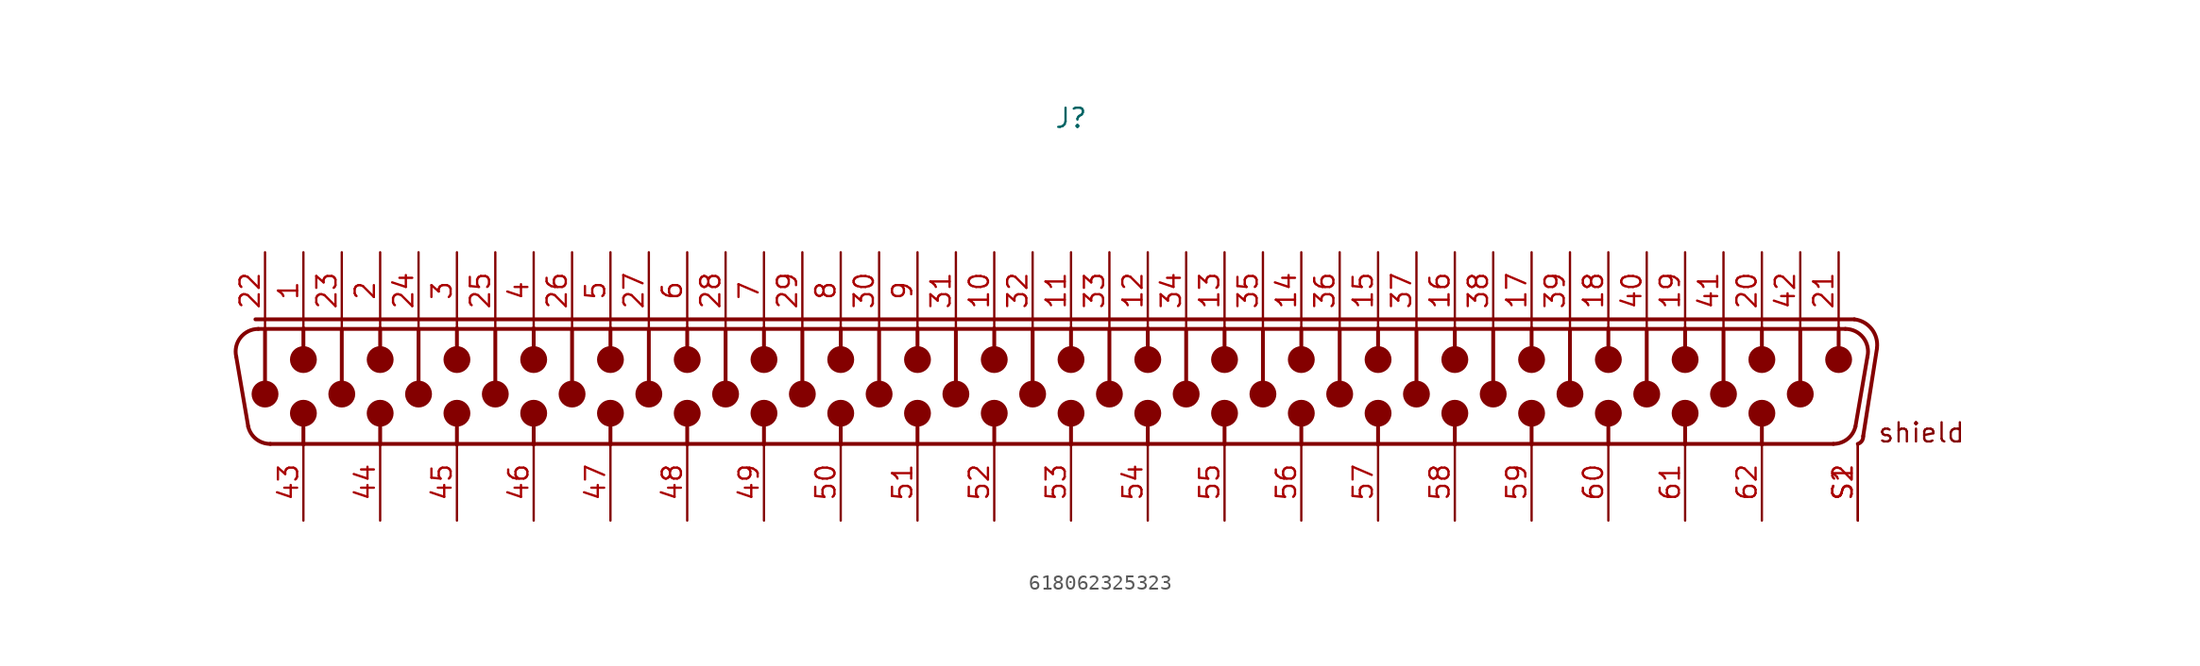
<source format=kicad_sym>
(kicad_symbol_lib
  (version 20241209)
  (generator "kicad_symbol_editor")
  (generator_version "9.0")
  (symbol "618062325323"
    (pin_names
      (hide yes))
    (property "Reference" "J"
      (at 0 17.78 0)
      (effects (font (size 1.27 1.27))))
    (symbol "618062325323_1_0"
      (polyline (pts (xy -54.453 -2.655) (xy -55.244 1.965)) (stroke (width 0.254) (type solid)) (fill (type outline)))
      (polyline (pts (xy -53.975 4.445) (xy 51.84 4.445)) (stroke (width 0.254) (type solid)) (fill (type none)))
      (polyline (pts (xy -53.784 3.81) (xy 51.244 3.81)) (stroke (width 0.254) (type solid)) (fill (type none)))
      (arc (start -55.2442 1.965) (mid -54.9607 3.2407) (end -53.7843 3.81) (stroke (width 0.254) (type solid)) (fill (type none)))
      (polyline (pts (xy -53.34 3.81) (xy -53.34 -0.87)) (stroke (width 0.254) (type solid)) (fill (type none)))
      (circle (center -53.34 -0.508) (radius 0.762) (stroke (width 0.254) (type solid)) (fill (type outline)))
      (arc (start -52.993 -3.81) (mid -53.9238 -3.4862) (end -54.4528 -2.6547) (stroke (width 0.254) (type solid)) (fill (type none)))
      (polyline (pts (xy -50.8 3.85) (xy -50.8 1.67)) (stroke (width 0.254) (type solid)) (fill (type none)))
      (circle (center -50.8 1.778) (radius 0.762) (stroke (width 0.254) (type solid)) (fill (type outline)))
      (circle (center -50.8 -1.778) (radius 0.762) (stroke (width 0.254) (type solid)) (fill (type outline)))
      (polyline (pts (xy -50.8 -3.85) (xy -50.8 -1.67)) (stroke (width 0.254) (type solid)) (fill (type none)))
      (polyline (pts (xy -48.26 3.81) (xy -48.26 -0.87)) (stroke (width 0.254) (type solid)) (fill (type none)))
      (circle (center -48.26 -0.508) (radius 0.762) (stroke (width 0.254) (type solid)) (fill (type outline)))
      (polyline (pts (xy -45.72 3.85) (xy -45.72 1.67)) (stroke (width 0.254) (type solid)) (fill (type none)))
      (circle (center -45.72 1.778) (radius 0.762) (stroke (width 0.254) (type solid)) (fill (type outline)))
      (circle (center -45.72 -1.778) (radius 0.762) (stroke (width 0.254) (type solid)) (fill (type outline)))
      (polyline (pts (xy -45.72 -3.85) (xy -45.72 -1.67)) (stroke (width 0.254) (type solid)) (fill (type none)))
      (polyline (pts (xy -43.18 3.81) (xy -43.18 -0.87)) (stroke (width 0.254) (type solid)) (fill (type none)))
      (circle (center -43.18 -0.508) (radius 0.762) (stroke (width 0.254) (type solid)) (fill (type outline)))
      (polyline (pts (xy -40.64 3.85) (xy -40.64 1.67)) (stroke (width 0.254) (type solid)) (fill (type none)))
      (circle (center -40.64 1.778) (radius 0.762) (stroke (width 0.254) (type solid)) (fill (type outline)))
      (circle (center -40.64 -1.778) (radius 0.762) (stroke (width 0.254) (type solid)) (fill (type outline)))
      (polyline (pts (xy -40.64 -3.85) (xy -40.64 -1.67)) (stroke (width 0.254) (type solid)) (fill (type none)))
      (polyline (pts (xy -38.1 3.81) (xy -38.1 -0.87)) (stroke (width 0.254) (type solid)) (fill (type none)))
      (circle (center -38.1 -0.508) (radius 0.762) (stroke (width 0.254) (type solid)) (fill (type outline)))
      (polyline (pts (xy -35.56 3.85) (xy -35.56 1.67)) (stroke (width 0.254) (type solid)) (fill (type none)))
      (circle (center -35.56 1.778) (radius 0.762) (stroke (width 0.254) (type solid)) (fill (type outline)))
      (circle (center -35.56 -1.778) (radius 0.762) (stroke (width 0.254) (type solid)) (fill (type outline)))
      (polyline (pts (xy -35.56 -3.85) (xy -35.56 -1.67)) (stroke (width 0.254) (type solid)) (fill (type none)))
      (polyline (pts (xy -33.02 3.81) (xy -33.02 -0.87)) (stroke (width 0.254) (type solid)) (fill (type none)))
      (circle (center -33.02 -0.508) (radius 0.762) (stroke (width 0.254) (type solid)) (fill (type outline)))
      (polyline (pts (xy -30.48 3.85) (xy -30.48 1.67)) (stroke (width 0.254) (type solid)) (fill (type none)))
      (circle (center -30.48 1.778) (radius 0.762) (stroke (width 0.254) (type solid)) (fill (type outline)))
      (circle (center -30.48 -1.778) (radius 0.762) (stroke (width 0.254) (type solid)) (fill (type outline)))
      (polyline (pts (xy -30.48 -3.85) (xy -30.48 -1.67)) (stroke (width 0.254) (type solid)) (fill (type none)))
      (polyline (pts (xy -27.94 3.81) (xy -27.94 -0.87)) (stroke (width 0.254) (type solid)) (fill (type none)))
      (circle (center -27.94 -0.508) (radius 0.762) (stroke (width 0.254) (type solid)) (fill (type outline)))
      (polyline (pts (xy -25.4 3.85) (xy -25.4 1.67)) (stroke (width 0.254) (type solid)) (fill (type none)))
      (circle (center -25.4 1.778) (radius 0.762) (stroke (width 0.254) (type solid)) (fill (type outline)))
      (circle (center -25.4 -1.778) (radius 0.762) (stroke (width 0.254) (type solid)) (fill (type outline)))
      (polyline (pts (xy -25.4 -3.85) (xy -25.4 -1.67)) (stroke (width 0.254) (type solid)) (fill (type none)))
      (polyline (pts (xy -22.86 3.81) (xy -22.86 -0.87)) (stroke (width 0.254) (type solid)) (fill (type none)))
      (circle (center -22.86 -0.508) (radius 0.762) (stroke (width 0.254) (type solid)) (fill (type outline)))
      (polyline (pts (xy -20.32 3.85) (xy -20.32 1.67)) (stroke (width 0.254) (type solid)) (fill (type none)))
      (circle (center -20.32 1.778) (radius 0.762) (stroke (width 0.254) (type solid)) (fill (type outline)))
      (circle (center -20.32 -1.778) (radius 0.762) (stroke (width 0.254) (type solid)) (fill (type outline)))
      (polyline (pts (xy -20.32 -3.85) (xy -20.32 -1.67)) (stroke (width 0.254) (type solid)) (fill (type none)))
      (polyline (pts (xy -17.78 3.81) (xy -17.78 -0.87)) (stroke (width 0.254) (type solid)) (fill (type none)))
      (circle (center -17.78 -0.508) (radius 0.762) (stroke (width 0.254) (type solid)) (fill (type outline)))
      (polyline (pts (xy -15.24 3.85) (xy -15.24 1.67)) (stroke (width 0.254) (type solid)) (fill (type none)))
      (circle (center -15.24 1.778) (radius 0.762) (stroke (width 0.254) (type solid)) (fill (type outline)))
      (circle (center -15.24 -1.778) (radius 0.762) (stroke (width 0.254) (type solid)) (fill (type outline)))
      (polyline (pts (xy -15.24 -3.85) (xy -15.24 -1.67)) (stroke (width 0.254) (type solid)) (fill (type none)))
      (polyline (pts (xy -12.7 3.81) (xy -12.7 -0.87)) (stroke (width 0.254) (type solid)) (fill (type none)))
      (circle (center -12.7 -0.508) (radius 0.762) (stroke (width 0.254) (type solid)) (fill (type outline)))
      (polyline (pts (xy -10.16 3.85) (xy -10.16 1.67)) (stroke (width 0.254) (type solid)) (fill (type none)))
      (circle (center -10.16 1.778) (radius 0.762) (stroke (width 0.254) (type solid)) (fill (type outline)))
      (circle (center -10.16 -1.778) (radius 0.762) (stroke (width 0.254) (type solid)) (fill (type outline)))
      (polyline (pts (xy -10.16 -3.85) (xy -10.16 -1.67)) (stroke (width 0.254) (type solid)) (fill (type none)))
      (polyline (pts (xy -7.62 3.81) (xy -7.62 -0.87)) (stroke (width 0.254) (type solid)) (fill (type none)))
      (circle (center -7.62 -0.508) (radius 0.762) (stroke (width 0.254) (type solid)) (fill (type outline)))
      (polyline (pts (xy -5.08 3.85) (xy -5.08 1.67)) (stroke (width 0.254) (type solid)) (fill (type none)))
      (circle (center -5.08 1.778) (radius 0.762) (stroke (width 0.254) (type solid)) (fill (type outline)))
      (circle (center -5.08 -1.778) (radius 0.762) (stroke (width 0.254) (type solid)) (fill (type outline)))
      (polyline (pts (xy -5.08 -3.85) (xy -5.08 -1.67)) (stroke (width 0.254) (type solid)) (fill (type none)))
      (polyline (pts (xy -2.54 3.81) (xy -2.54 -0.87)) (stroke (width 0.254) (type solid)) (fill (type none)))
      (circle (center -2.54 -0.508) (radius 0.762) (stroke (width 0.254) (type solid)) (fill (type outline)))
      (polyline (pts (xy 0 3.85) (xy 0 1.67)) (stroke (width 0.254) (type solid)) (fill (type none)))
      (circle (center 0 1.778) (radius 0.762) (stroke (width 0.254) (type solid)) (fill (type outline)))
      (circle (center 0 -1.778) (radius 0.762) (stroke (width 0.254) (type solid)) (fill (type outline)))
      (polyline (pts (xy 0 -3.85) (xy 0 -1.67)) (stroke (width 0.254) (type solid)) (fill (type none)))
      (polyline (pts (xy 2.54 3.81) (xy 2.54 -0.87)) (stroke (width 0.254) (type solid)) (fill (type none)))
      (circle (center 2.54 -0.508) (radius 0.762) (stroke (width 0.254) (type solid)) (fill (type outline)))
      (polyline (pts (xy 5.08 3.85) (xy 5.08 1.67)) (stroke (width 0.254) (type solid)) (fill (type none)))
      (circle (center 5.08 1.778) (radius 0.762) (stroke (width 0.254) (type solid)) (fill (type outline)))
      (circle (center 5.08 -1.778) (radius 0.762) (stroke (width 0.254) (type solid)) (fill (type outline)))
      (polyline (pts (xy 5.08 -3.85) (xy 5.08 -1.67)) (stroke (width 0.254) (type solid)) (fill (type none)))
      (polyline (pts (xy 7.62 3.81) (xy 7.62 -0.87)) (stroke (width 0.254) (type solid)) (fill (type none)))
      (circle (center 7.62 -0.508) (radius 0.762) (stroke (width 0.254) (type solid)) (fill (type outline)))
      (polyline (pts (xy 10.16 3.85) (xy 10.16 1.67)) (stroke (width 0.254) (type solid)) (fill (type none)))
      (circle (center 10.16 1.778) (radius 0.762) (stroke (width 0.254) (type solid)) (fill (type outline)))
      (circle (center 10.16 -1.778) (radius 0.762) (stroke (width 0.254) (type solid)) (fill (type outline)))
      (polyline (pts (xy 10.16 -3.85) (xy 10.16 -1.67)) (stroke (width 0.254) (type solid)) (fill (type none)))
      (polyline (pts (xy 12.7 3.81) (xy 12.7 -0.87)) (stroke (width 0.254) (type solid)) (fill (type none)))
      (circle (center 12.7 -0.508) (radius 0.762) (stroke (width 0.254) (type solid)) (fill (type outline)))
      (polyline (pts (xy 15.24 3.85) (xy 15.24 1.67)) (stroke (width 0.254) (type solid)) (fill (type none)))
      (circle (center 15.24 1.778) (radius 0.762) (stroke (width 0.254) (type solid)) (fill (type outline)))
      (circle (center 15.24 -1.778) (radius 0.762) (stroke (width 0.254) (type solid)) (fill (type outline)))
      (polyline (pts (xy 15.24 -3.85) (xy 15.24 -1.67)) (stroke (width 0.254) (type solid)) (fill (type none)))
      (polyline (pts (xy 17.78 3.81) (xy 17.78 -0.87)) (stroke (width 0.254) (type solid)) (fill (type none)))
      (circle (center 17.78 -0.508) (radius 0.762) (stroke (width 0.254) (type solid)) (fill (type outline)))
      (polyline (pts (xy 20.32 3.85) (xy 20.32 1.67)) (stroke (width 0.254) (type solid)) (fill (type none)))
      (circle (center 20.32 1.778) (radius 0.762) (stroke (width 0.254) (type solid)) (fill (type outline)))
      (circle (center 20.32 -1.778) (radius 0.762) (stroke (width 0.254) (type solid)) (fill (type outline)))
      (polyline (pts (xy 20.32 -3.85) (xy 20.32 -1.67)) (stroke (width 0.254) (type solid)) (fill (type none)))
      (polyline (pts (xy 22.86 3.81) (xy 22.86 -0.87)) (stroke (width 0.254) (type solid)) (fill (type none)))
      (circle (center 22.86 -0.508) (radius 0.762) (stroke (width 0.254) (type solid)) (fill (type outline)))
      (polyline (pts (xy 25.4 3.85) (xy 25.4 1.67)) (stroke (width 0.254) (type solid)) (fill (type none)))
      (circle (center 25.4 1.778) (radius 0.762) (stroke (width 0.254) (type solid)) (fill (type outline)))
      (circle (center 25.4 -1.778) (radius 0.762) (stroke (width 0.254) (type solid)) (fill (type outline)))
      (polyline (pts (xy 25.4 -3.85) (xy 25.4 -1.67)) (stroke (width 0.254) (type solid)) (fill (type none)))
      (polyline (pts (xy 27.94 3.81) (xy 27.94 -0.87)) (stroke (width 0.254) (type solid)) (fill (type none)))
      (circle (center 27.94 -0.508) (radius 0.762) (stroke (width 0.254) (type solid)) (fill (type outline)))
      (polyline (pts (xy 30.48 3.85) (xy 30.48 1.67)) (stroke (width 0.254) (type solid)) (fill (type none)))
      (circle (center 30.48 1.778) (radius 0.762) (stroke (width 0.254) (type solid)) (fill (type outline)))
      (circle (center 30.48 -1.778) (radius 0.762) (stroke (width 0.254) (type solid)) (fill (type outline)))
      (polyline (pts (xy 30.48 -3.85) (xy 30.48 -1.67)) (stroke (width 0.254) (type solid)) (fill (type none)))
      (polyline (pts (xy 33.02 3.81) (xy 33.02 -0.87)) (stroke (width 0.254) (type solid)) (fill (type none)))
      (circle (center 33.02 -0.508) (radius 0.762) (stroke (width 0.254) (type solid)) (fill (type outline)))
      (polyline (pts (xy 35.56 3.85) (xy 35.56 1.67)) (stroke (width 0.254) (type solid)) (fill (type none)))
      (circle (center 35.56 1.778) (radius 0.762) (stroke (width 0.254) (type solid)) (fill (type outline)))
      (circle (center 35.56 -1.778) (radius 0.762) (stroke (width 0.254) (type solid)) (fill (type outline)))
      (polyline (pts (xy 35.56 -3.85) (xy 35.56 -1.67)) (stroke (width 0.254) (type solid)) (fill (type none)))
      (polyline (pts (xy 38.1 3.81) (xy 38.1 -0.87)) (stroke (width 0.254) (type solid)) (fill (type none)))
      (circle (center 38.1 -0.508) (radius 0.762) (stroke (width 0.254) (type solid)) (fill (type outline)))
      (polyline (pts (xy 40.64 3.85) (xy 40.64 1.67)) (stroke (width 0.254) (type solid)) (fill (type none)))
      (circle (center 40.64 1.778) (radius 0.762) (stroke (width 0.254) (type solid)) (fill (type outline)))
      (circle (center 40.64 -1.778) (radius 0.762) (stroke (width 0.254) (type solid)) (fill (type outline)))
      (polyline (pts (xy 40.64 -3.85) (xy 40.64 -1.67)) (stroke (width 0.254) (type solid)) (fill (type none)))
      (polyline (pts (xy 43.18 3.81) (xy 43.18 -0.87)) (stroke (width 0.254) (type solid)) (fill (type none)))
      (circle (center 43.18 -0.508) (radius 0.762) (stroke (width 0.254) (type solid)) (fill (type outline)))
      (polyline (pts (xy 45.72 3.85) (xy 45.72 1.67)) (stroke (width 0.254) (type solid)) (fill (type none)))
      (circle (center 45.72 1.778) (radius 0.762) (stroke (width 0.254) (type solid)) (fill (type outline)))
      (circle (center 45.72 -1.778) (radius 0.762) (stroke (width 0.254) (type solid)) (fill (type outline)))
      (polyline (pts (xy 45.72 -3.85) (xy 45.72 -1.67)) (stroke (width 0.254) (type solid)) (fill (type none)))
      (polyline (pts (xy 48.26 3.81) (xy 48.26 -0.87)) (stroke (width 0.254) (type solid)) (fill (type none)))
      (circle (center 48.26 -0.508) (radius 0.762) (stroke (width 0.254) (type solid)) (fill (type outline)))
      (arc (start 51.9128 -2.6548) (mid 51.3837 -3.4863) (end 50.4529 -3.81) (stroke (width 0.254) (type solid)) (fill (type none)))
      (polyline (pts (xy 50.453 -3.81) (xy -52.993 -3.81)) (stroke (width 0.254) (type solid)) (fill (type none)))
      (polyline (pts (xy 50.8 3.85) (xy 50.8 1.67)) (stroke (width 0.254) (type solid)) (fill (type none)))
      (circle (center 50.8 1.778) (radius 0.762) (stroke (width 0.254) (type solid)) (fill (type outline)))
      (arc (start 51.2443 3.81) (mid 52.4207 3.2407) (end 52.7042 1.965) (stroke (width 0.254) (type solid)) (fill (type none)))
      (arc (start 51.84 4.445) (mid 52.9864 3.8046) (end 53.34 2.54) (stroke (width 0.254) (type solid)) (fill (type none)))
      (arc (start 52.4239 -3.3037) (mid 52.3343 -3.618) (end 52.07 -3.81) (stroke (width 0.254) (type solid)) (fill (type none)))
      (polyline (pts (xy 52.424 -3.304) (xy 53.34 2.54)) (stroke (width 0.254) (type solid)) (fill (type none)))
      (polyline (pts (xy 52.704 1.965) (xy 51.913 -2.655)) (stroke (width 0.254) (type solid)) (fill (type none)))
      (pin passive line (at -53.34 8.89 270) (length 5.08) (name "22" (effects (font (size 1.27 1.27)))) (number "22" (effects (font (size 1.27 1.27)))))
      (pin passive line (at -50.8 8.89 270) (length 5.08) (name "1" (effects (font (size 1.27 1.27)))) (number "1" (effects (font (size 1.27 1.27)))))
      (pin passive line (at -50.8 -8.89 90) (length 5.08) (name "43" (effects (font (size 1.27 1.27)))) (number "43" (effects (font (size 1.27 1.27)))))
      (pin passive line (at -48.26 8.89 270) (length 5.08) (name "23" (effects (font (size 1.27 1.27)))) (number "23" (effects (font (size 1.27 1.27)))))
      (pin passive line (at -45.72 8.89 270) (length 5.08) (name "2" (effects (font (size 1.27 1.27)))) (number "2" (effects (font (size 1.27 1.27)))))
      (pin passive line (at -45.72 -8.89 90) (length 5.08) (name "44" (effects (font (size 1.27 1.27)))) (number "44" (effects (font (size 1.27 1.27)))))
      (pin passive line (at -43.18 8.89 270) (length 5.08) (name "24" (effects (font (size 1.27 1.27)))) (number "24" (effects (font (size 1.27 1.27)))))
      (pin passive line (at -40.64 8.89 270) (length 5.08) (name "3" (effects (font (size 1.27 1.27)))) (number "3" (effects (font (size 1.27 1.27)))))
      (pin passive line (at -40.64 -8.89 90) (length 5.08) (name "45" (effects (font (size 1.27 1.27)))) (number "45" (effects (font (size 1.27 1.27)))))
      (pin passive line (at -38.1 8.89 270) (length 5.08) (name "25" (effects (font (size 1.27 1.27)))) (number "25" (effects (font (size 1.27 1.27)))))
      (pin passive line (at -35.56 8.89 270) (length 5.08) (name "4" (effects (font (size 1.27 1.27)))) (number "4" (effects (font (size 1.27 1.27)))))
      (pin passive line (at -35.56 -8.89 90) (length 5.08) (name "46" (effects (font (size 1.27 1.27)))) (number "46" (effects (font (size 1.27 1.27)))))
      (pin passive line (at -33.02 8.89 270) (length 5.08) (name "26" (effects (font (size 1.27 1.27)))) (number "26" (effects (font (size 1.27 1.27)))))
      (pin passive line (at -30.48 8.89 270) (length 5.08) (name "5" (effects (font (size 1.27 1.27)))) (number "5" (effects (font (size 1.27 1.27)))))
      (pin passive line (at -30.48 -8.89 90) (length 5.08) (name "47" (effects (font (size 1.27 1.27)))) (number "47" (effects (font (size 1.27 1.27)))))
      (pin passive line (at -27.94 8.89 270) (length 5.08) (name "27" (effects (font (size 1.27 1.27)))) (number "27" (effects (font (size 1.27 1.27)))))
      (pin passive line (at -25.4 8.89 270) (length 5.08) (name "6" (effects (font (size 1.27 1.27)))) (number "6" (effects (font (size 1.27 1.27)))))
      (pin passive line (at -25.4 -8.89 90) (length 5.08) (name "48" (effects (font (size 1.27 1.27)))) (number "48" (effects (font (size 1.27 1.27)))))
      (pin passive line (at -22.86 8.89 270) (length 5.08) (name "28" (effects (font (size 1.27 1.27)))) (number "28" (effects (font (size 1.27 1.27)))))
      (pin passive line (at -20.32 8.89 270) (length 5.08) (name "7" (effects (font (size 1.27 1.27)))) (number "7" (effects (font (size 1.27 1.27)))))
      (pin passive line (at -20.32 -8.89 90) (length 5.08) (name "49" (effects (font (size 1.27 1.27)))) (number "49" (effects (font (size 1.27 1.27)))))
      (pin passive line (at -17.78 8.89 270) (length 5.08) (name "29" (effects (font (size 1.27 1.27)))) (number "29" (effects (font (size 1.27 1.27)))))
      (pin passive line (at -15.24 8.89 270) (length 5.08) (name "8" (effects (font (size 1.27 1.27)))) (number "8" (effects (font (size 1.27 1.27)))))
      (pin passive line (at -15.24 -8.89 90) (length 5.08) (name "50" (effects (font (size 1.27 1.27)))) (number "50" (effects (font (size 1.27 1.27)))))
      (pin passive line (at -12.7 8.89 270) (length 5.08) (name "30" (effects (font (size 1.27 1.27)))) (number "30" (effects (font (size 1.27 1.27)))))
      (pin passive line (at -10.16 8.89 270) (length 5.08) (name "9" (effects (font (size 1.27 1.27)))) (number "9" (effects (font (size 1.27 1.27)))))
      (pin passive line (at -10.16 -8.89 90) (length 5.08) (name "51" (effects (font (size 1.27 1.27)))) (number "51" (effects (font (size 1.27 1.27)))))
      (pin passive line (at -7.62 8.89 270) (length 5.08) (name "31" (effects (font (size 1.27 1.27)))) (number "31" (effects (font (size 1.27 1.27)))))
      (pin passive line (at -5.08 8.89 270) (length 5.08) (name "10" (effects (font (size 1.27 1.27)))) (number "10" (effects (font (size 1.27 1.27)))))
      (pin passive line (at -5.08 -8.89 90) (length 5.08) (name "52" (effects (font (size 1.27 1.27)))) (number "52" (effects (font (size 1.27 1.27)))))
      (pin passive line (at -2.54 8.89 270) (length 5.08) (name "32" (effects (font (size 1.27 1.27)))) (number "32" (effects (font (size 1.27 1.27)))))
      (pin passive line (at 0 8.89 270) (length 5.08) (name "11" (effects (font (size 1.27 1.27)))) (number "11" (effects (font (size 1.27 1.27)))))
      (pin passive line (at 0 -8.89 90) (length 5.08) (name "53" (effects (font (size 1.27 1.27)))) (number "53" (effects (font (size 1.27 1.27)))))
      (pin passive line (at 2.54 8.89 270) (length 5.08) (name "33" (effects (font (size 1.27 1.27)))) (number "33" (effects (font (size 1.27 1.27)))))
      (pin passive line (at 5.08 8.89 270) (length 5.08) (name "12" (effects (font (size 1.27 1.27)))) (number "12" (effects (font (size 1.27 1.27)))))
      (pin passive line (at 5.08 -8.89 90) (length 5.08) (name "54" (effects (font (size 1.27 1.27)))) (number "54" (effects (font (size 1.27 1.27)))))
      (pin passive line (at 7.62 8.89 270) (length 5.08) (name "34" (effects (font (size 1.27 1.27)))) (number "34" (effects (font (size 1.27 1.27)))))
      (pin passive line (at 10.16 8.89 270) (length 5.08) (name "13" (effects (font (size 1.27 1.27)))) (number "13" (effects (font (size 1.27 1.27)))))
      (pin passive line (at 10.16 -8.89 90) (length 5.08) (name "55" (effects (font (size 1.27 1.27)))) (number "55" (effects (font (size 1.27 1.27)))))
      (pin passive line (at 12.7 8.89 270) (length 5.08) (name "35" (effects (font (size 1.27 1.27)))) (number "35" (effects (font (size 1.27 1.27)))))
      (pin passive line (at 15.24 8.89 270) (length 5.08) (name "14" (effects (font (size 1.27 1.27)))) (number "14" (effects (font (size 1.27 1.27)))))
      (pin passive line (at 15.24 -8.89 90) (length 5.08) (name "56" (effects (font (size 1.27 1.27)))) (number "56" (effects (font (size 1.27 1.27)))))
      (pin passive line (at 17.78 8.89 270) (length 5.08) (name "36" (effects (font (size 1.27 1.27)))) (number "36" (effects (font (size 1.27 1.27)))))
      (pin passive line (at 20.32 8.89 270) (length 5.08) (name "15" (effects (font (size 1.27 1.27)))) (number "15" (effects (font (size 1.27 1.27)))))
      (pin passive line (at 20.32 -8.89 90) (length 5.08) (name "57" (effects (font (size 1.27 1.27)))) (number "57" (effects (font (size 1.27 1.27)))))
      (pin passive line (at 22.86 8.89 270) (length 5.08) (name "37" (effects (font (size 1.27 1.27)))) (number "37" (effects (font (size 1.27 1.27)))))
      (pin passive line (at 25.4 8.89 270) (length 5.08) (name "16" (effects (font (size 1.27 1.27)))) (number "16" (effects (font (size 1.27 1.27)))))
      (pin passive line (at 25.4 -8.89 90) (length 5.08) (name "58" (effects (font (size 1.27 1.27)))) (number "58" (effects (font (size 1.27 1.27)))))
      (pin passive line (at 27.94 8.89 270) (length 5.08) (name "38" (effects (font (size 1.27 1.27)))) (number "38" (effects (font (size 1.27 1.27)))))
      (pin passive line (at 30.48 8.89 270) (length 5.08) (name "17" (effects (font (size 1.27 1.27)))) (number "17" (effects (font (size 1.27 1.27)))))
      (pin passive line (at 30.48 -8.89 90) (length 5.08) (name "59" (effects (font (size 1.27 1.27)))) (number "59" (effects (font (size 1.27 1.27)))))
      (pin passive line (at 33.02 8.89 270) (length 5.08) (name "39" (effects (font (size 1.27 1.27)))) (number "39" (effects (font (size 1.27 1.27)))))
      (pin passive line (at 35.56 8.89 270) (length 5.08) (name "18" (effects (font (size 1.27 1.27)))) (number "18" (effects (font (size 1.27 1.27)))))
      (pin passive line (at 35.56 -8.89 90) (length 5.08) (name "60" (effects (font (size 1.27 1.27)))) (number "60" (effects (font (size 1.27 1.27)))))
      (pin passive line (at 38.1 8.89 270) (length 5.08) (name "40" (effects (font (size 1.27 1.27)))) (number "40" (effects (font (size 1.27 1.27)))))
      (pin passive line (at 40.64 8.89 270) (length 5.08) (name "19" (effects (font (size 1.27 1.27)))) (number "19" (effects (font (size 1.27 1.27)))))
      (pin passive line (at 40.64 -8.89 90) (length 5.08) (name "61" (effects (font (size 1.27 1.27)))) (number "61" (effects (font (size 1.27 1.27)))))
      (pin passive line (at 43.18 8.89 270) (length 5.08) (name "41" (effects (font (size 1.27 1.27)))) (number "41" (effects (font (size 1.27 1.27)))))
      (pin passive line (at 45.72 8.89 270) (length 5.08) (name "20" (effects (font (size 1.27 1.27)))) (number "20" (effects (font (size 1.27 1.27)))))
      (pin passive line (at 45.72 -8.89 90) (length 5.08) (name "62" (effects (font (size 1.27 1.27)))) (number "62" (effects (font (size 1.27 1.27)))))
      (pin passive line (at 48.26 8.89 270) (length 5.08) (name "42" (effects (font (size 1.27 1.27)))) (number "42" (effects (font (size 1.27 1.27)))))
      (pin passive line (at 50.8 8.89 270) (length 5.08) (name "21" (effects (font (size 1.27 1.27)))) (number "21" (effects (font (size 1.27 1.27)))))
      (pin passive line (at 52.07 -8.89 90) (length 5.08) (name "SHIELD" (effects (font (size 1.27 1.27)))) (number "S1" (effects (font (size 1.27 1.27)))))
      (pin passive line (at 52.07 -8.89 90) (length 5.08) (name "SHIELD" (effects (font (size 1.27 1.27)))) (number "S2" (effects (font (size 1.27 1.27))))))
    (symbol "618062325323_1_1"
      (text "shield" (at 53.34 -3.81 0) (effects (font (size 1.27 1.27)) (justify left bottom))))))
</source>
